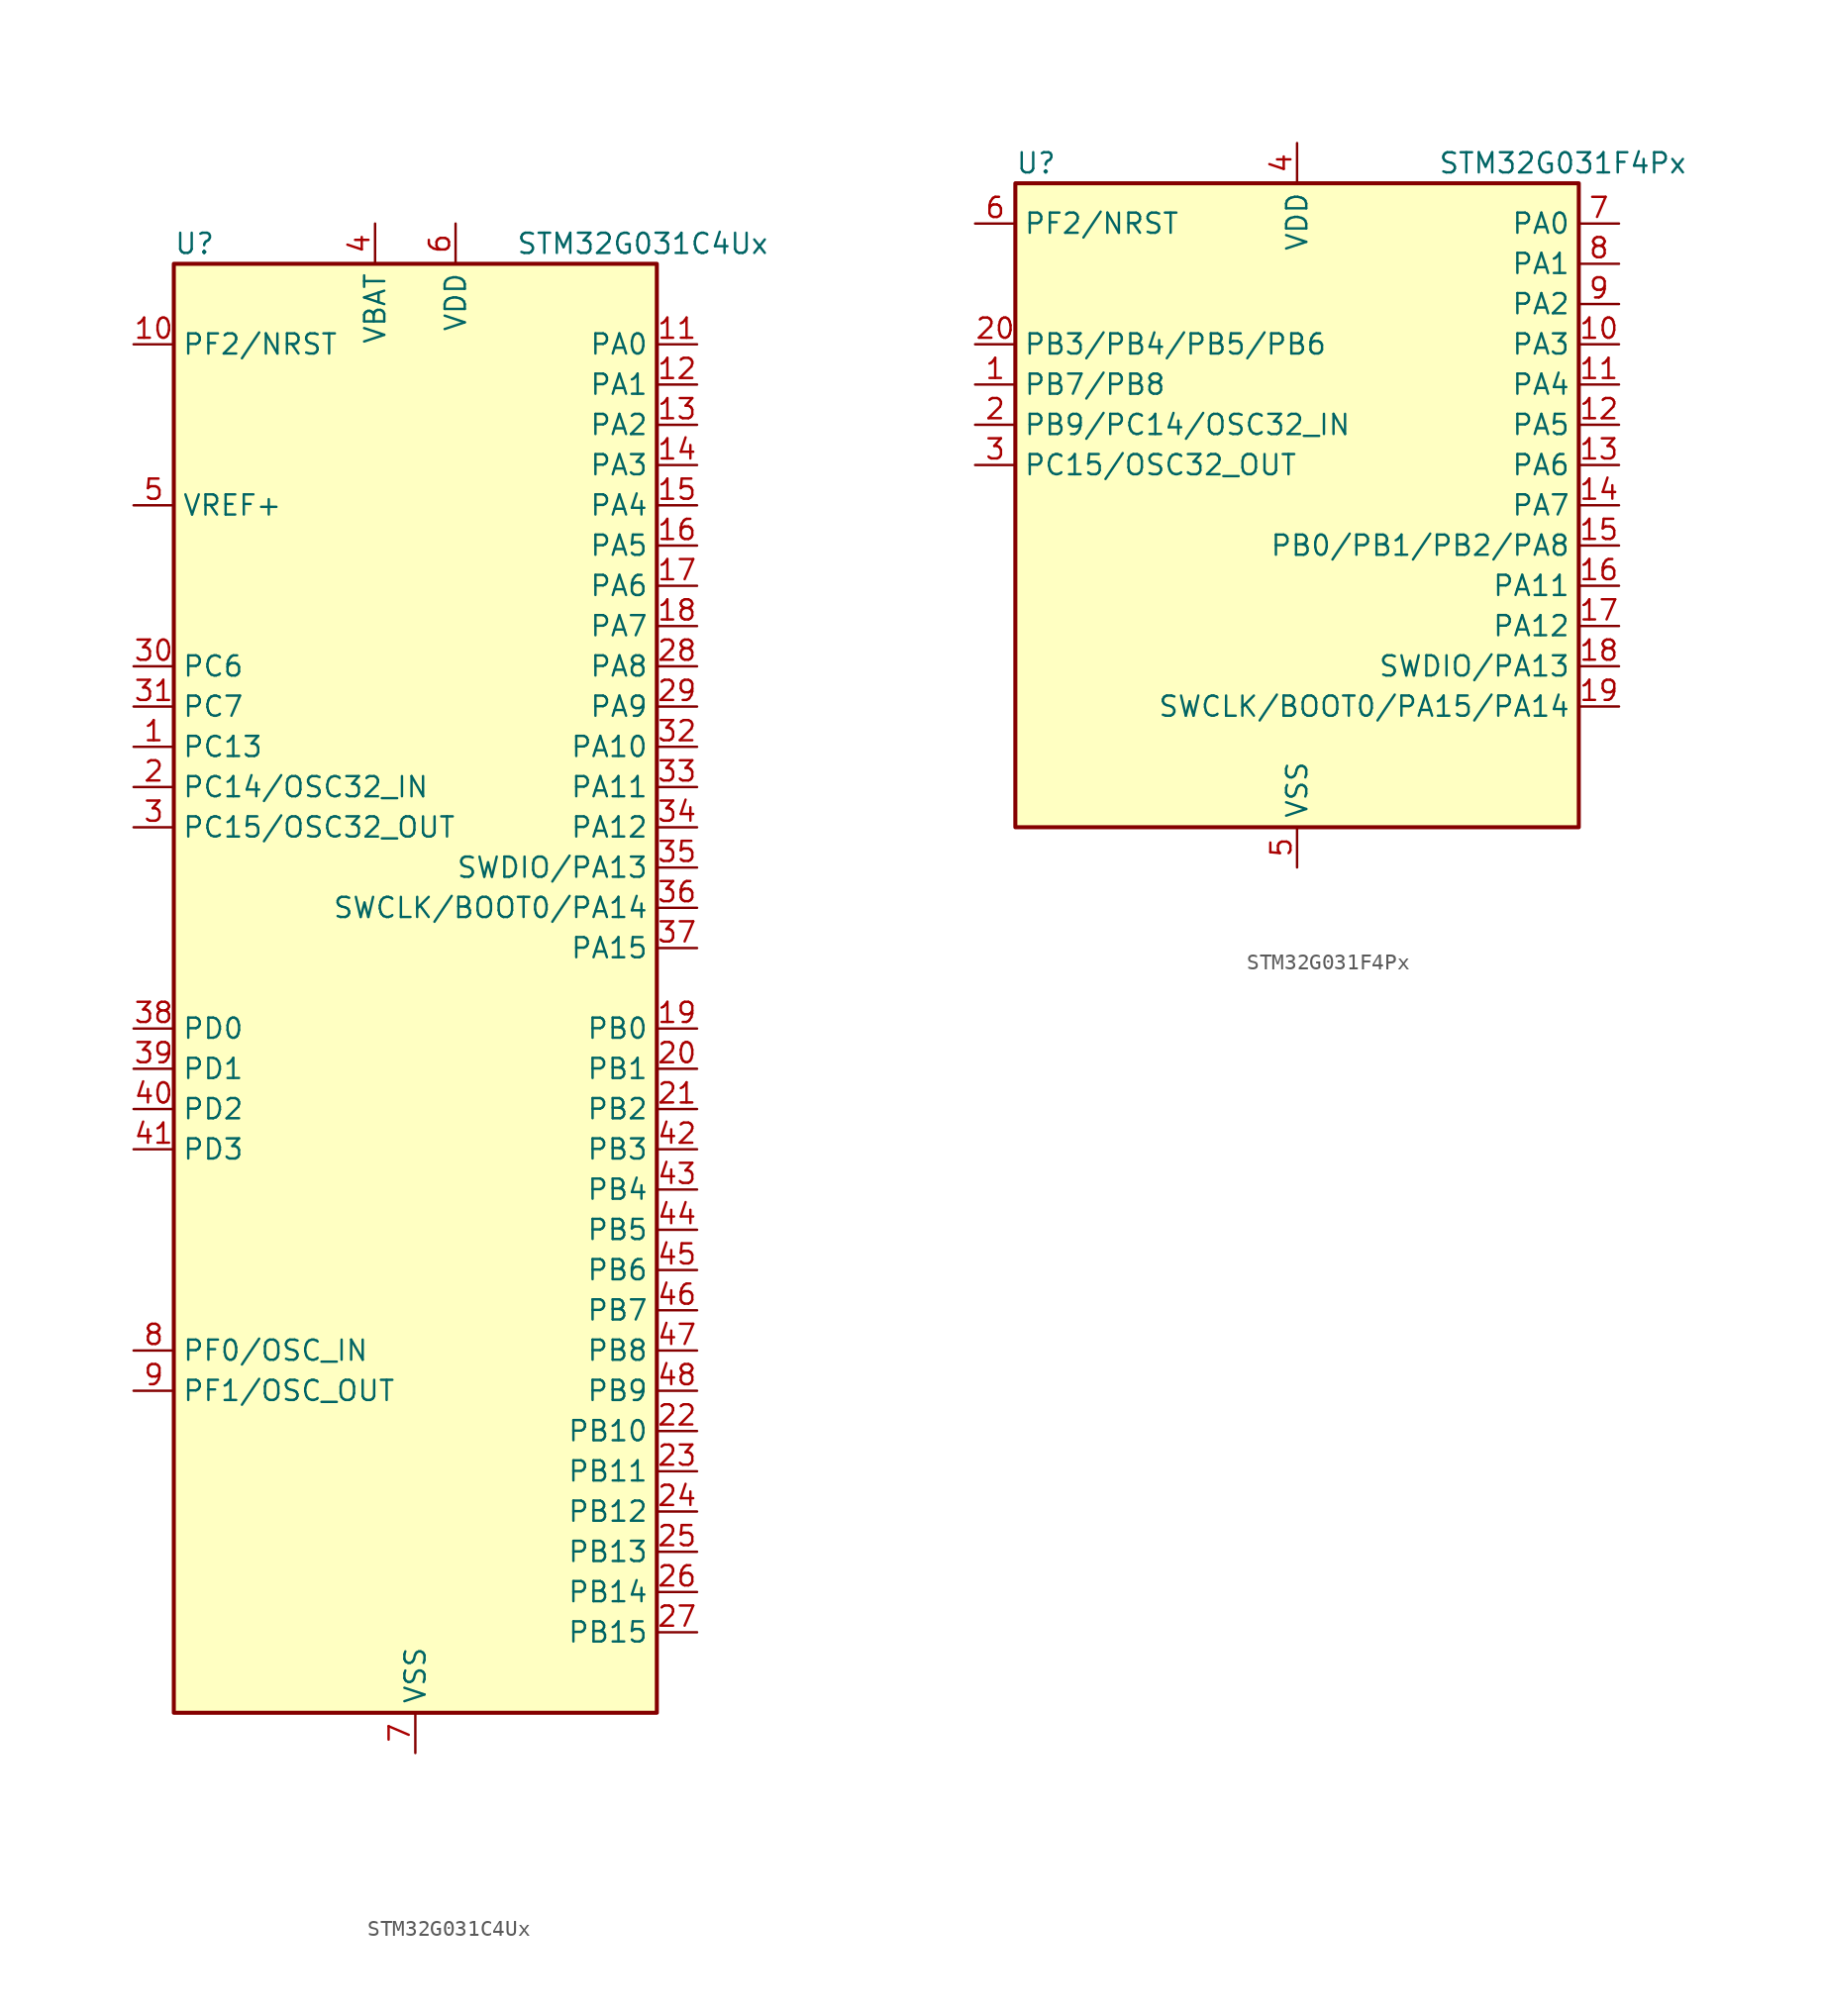
<source format=kicad_sym>
(kicad_symbol_lib
  (version 20211014)
  (generator kicad_symbol_editor)
  (symbol "STM32G031C4Ux"
    (property "Reference" "U"
      (at -15.24 46.99 0)
      (effects (font (size 1.27 1.27)) (justify left)))
    (property "Value" "STM32G031C4Ux"
      (at 6.35 46.99 0)
      (effects (font (size 1.27 1.27)) (justify left)))
    (symbol "STM32G031C4Ux_0_1"
      (rectangle (start -15.24 45.72) (end 15.24 -45.72) (stroke (width 0.254) (type default) (color 0 0 0 0)) (fill (type background))))
    (symbol "STM32G031C4Ux_1_1"
      (pin bidirectional line (at -17.78 15.24 0) (length 2.54) (name "PC13" (effects (font (size 1.27 1.27)))) (number "1" (effects (font (size 1.27 1.27)))))
      (pin bidirectional line (at -17.78 40.64 0) (length 2.54) (name "PF2/NRST" (effects (font (size 1.27 1.27)))) (number "10" (effects (font (size 1.27 1.27)))))
      (pin bidirectional line (at 17.78 40.64 180) (length 2.54) (name "PA0" (effects (font (size 1.27 1.27)))) (number "11" (effects (font (size 1.27 1.27)))))
      (pin bidirectional line (at 17.78 38.1 180) (length 2.54) (name "PA1" (effects (font (size 1.27 1.27)))) (number "12" (effects (font (size 1.27 1.27)))))
      (pin bidirectional line (at 17.78 35.56 180) (length 2.54) (name "PA2" (effects (font (size 1.27 1.27)))) (number "13" (effects (font (size 1.27 1.27)))))
      (pin bidirectional line (at 17.78 33.02 180) (length 2.54) (name "PA3" (effects (font (size 1.27 1.27)))) (number "14" (effects (font (size 1.27 1.27)))))
      (pin bidirectional line (at 17.78 30.48 180) (length 2.54) (name "PA4" (effects (font (size 1.27 1.27)))) (number "15" (effects (font (size 1.27 1.27)))))
      (pin bidirectional line (at 17.78 27.94 180) (length 2.54) (name "PA5" (effects (font (size 1.27 1.27)))) (number "16" (effects (font (size 1.27 1.27)))))
      (pin bidirectional line (at 17.78 25.4 180) (length 2.54) (name "PA6" (effects (font (size 1.27 1.27)))) (number "17" (effects (font (size 1.27 1.27)))))
      (pin bidirectional line (at 17.78 22.86 180) (length 2.54) (name "PA7" (effects (font (size 1.27 1.27)))) (number "18" (effects (font (size 1.27 1.27)))))
      (pin bidirectional line (at 17.78 -2.54 180) (length 2.54) (name "PB0" (effects (font (size 1.27 1.27)))) (number "19" (effects (font (size 1.27 1.27)))))
      (pin bidirectional line (at -17.78 12.7 0) (length 2.54) (name "PC14/OSC32_IN" (effects (font (size 1.27 1.27)))) (number "2" (effects (font (size 1.27 1.27)))))
      (pin bidirectional line (at 17.78 -5.08 180) (length 2.54) (name "PB1" (effects (font (size 1.27 1.27)))) (number "20" (effects (font (size 1.27 1.27)))))
      (pin bidirectional line (at 17.78 -7.62 180) (length 2.54) (name "PB2" (effects (font (size 1.27 1.27)))) (number "21" (effects (font (size 1.27 1.27)))))
      (pin bidirectional line (at 17.78 -27.94 180) (length 2.54) (name "PB10" (effects (font (size 1.27 1.27)))) (number "22" (effects (font (size 1.27 1.27)))))
      (pin bidirectional line (at 17.78 -30.48 180) (length 2.54) (name "PB11" (effects (font (size 1.27 1.27)))) (number "23" (effects (font (size 1.27 1.27)))))
      (pin bidirectional line (at 17.78 -33.02 180) (length 2.54) (name "PB12" (effects (font (size 1.27 1.27)))) (number "24" (effects (font (size 1.27 1.27)))))
      (pin bidirectional line (at 17.78 -35.56 180) (length 2.54) (name "PB13" (effects (font (size 1.27 1.27)))) (number "25" (effects (font (size 1.27 1.27)))))
      (pin bidirectional line (at 17.78 -38.1 180) (length 2.54) (name "PB14" (effects (font (size 1.27 1.27)))) (number "26" (effects (font (size 1.27 1.27)))))
      (pin bidirectional line (at 17.78 -40.64 180) (length 2.54) (name "PB15" (effects (font (size 1.27 1.27)))) (number "27" (effects (font (size 1.27 1.27)))))
      (pin bidirectional line (at 17.78 20.32 180) (length 2.54) (name "PA8" (effects (font (size 1.27 1.27)))) (number "28" (effects (font (size 1.27 1.27)))))
      (pin bidirectional line (at 17.78 17.78 180) (length 2.54) (name "PA9" (effects (font (size 1.27 1.27)))) (number "29" (effects (font (size 1.27 1.27)))))
      (pin bidirectional line (at -17.78 10.16 0) (length 2.54) (name "PC15/OSC32_OUT" (effects (font (size 1.27 1.27)))) (number "3" (effects (font (size 1.27 1.27)))))
      (pin bidirectional line (at -17.78 20.32 0) (length 2.54) (name "PC6" (effects (font (size 1.27 1.27)))) (number "30" (effects (font (size 1.27 1.27)))))
      (pin bidirectional line (at -17.78 17.78 0) (length 2.54) (name "PC7" (effects (font (size 1.27 1.27)))) (number "31" (effects (font (size 1.27 1.27)))))
      (pin bidirectional line (at 17.78 15.24 180) (length 2.54) (name "PA10" (effects (font (size 1.27 1.27)))) (number "32" (effects (font (size 1.27 1.27)))))
      (pin bidirectional line (at 17.78 12.7 180) (length 2.54) (name "PA11" (effects (font (size 1.27 1.27)))) (number "33" (effects (font (size 1.27 1.27)))))
      (pin bidirectional line (at 17.78 10.16 180) (length 2.54) (name "PA12" (effects (font (size 1.27 1.27)))) (number "34" (effects (font (size 1.27 1.27)))))
      (pin bidirectional line (at 17.78 7.62 180) (length 2.54) (name "SWDIO/PA13" (effects (font (size 1.27 1.27)))) (number "35" (effects (font (size 1.27 1.27)))))
      (pin bidirectional line (at 17.78 5.08 180) (length 2.54) (name "SWCLK/BOOT0/PA14" (effects (font (size 1.27 1.27)))) (number "36" (effects (font (size 1.27 1.27)))))
      (pin bidirectional line (at 17.78 2.54 180) (length 2.54) (name "PA15" (effects (font (size 1.27 1.27)))) (number "37" (effects (font (size 1.27 1.27)))))
      (pin bidirectional line (at -17.78 -2.54 0) (length 2.54) (name "PD0" (effects (font (size 1.27 1.27)))) (number "38" (effects (font (size 1.27 1.27)))))
      (pin bidirectional line (at -17.78 -5.08 0) (length 2.54) (name "PD1" (effects (font (size 1.27 1.27)))) (number "39" (effects (font (size 1.27 1.27)))))
      (pin power_in line (at -2.54 48.26 270) (length 2.54) (name "VBAT" (effects (font (size 1.27 1.27)))) (number "4" (effects (font (size 1.27 1.27)))))
      (pin bidirectional line (at -17.78 -7.62 0) (length 2.54) (name "PD2" (effects (font (size 1.27 1.27)))) (number "40" (effects (font (size 1.27 1.27)))))
      (pin bidirectional line (at -17.78 -10.16 0) (length 2.54) (name "PD3" (effects (font (size 1.27 1.27)))) (number "41" (effects (font (size 1.27 1.27)))))
      (pin bidirectional line (at 17.78 -10.16 180) (length 2.54) (name "PB3" (effects (font (size 1.27 1.27)))) (number "42" (effects (font (size 1.27 1.27)))))
      (pin bidirectional line (at 17.78 -12.7 180) (length 2.54) (name "PB4" (effects (font (size 1.27 1.27)))) (number "43" (effects (font (size 1.27 1.27)))))
      (pin bidirectional line (at 17.78 -15.24 180) (length 2.54) (name "PB5" (effects (font (size 1.27 1.27)))) (number "44" (effects (font (size 1.27 1.27)))))
      (pin bidirectional line (at 17.78 -17.78 180) (length 2.54) (name "PB6" (effects (font (size 1.27 1.27)))) (number "45" (effects (font (size 1.27 1.27)))))
      (pin bidirectional line (at 17.78 -20.32 180) (length 2.54) (name "PB7" (effects (font (size 1.27 1.27)))) (number "46" (effects (font (size 1.27 1.27)))))
      (pin bidirectional line (at 17.78 -22.86 180) (length 2.54) (name "PB8" (effects (font (size 1.27 1.27)))) (number "47" (effects (font (size 1.27 1.27)))))
      (pin bidirectional line (at 17.78 -25.4 180) (length 2.54) (name "PB9" (effects (font (size 1.27 1.27)))) (number "48" (effects (font (size 1.27 1.27)))))
      (pin power_in line (at -17.78 30.48 0) (length 2.54) (name "VREF+" (effects (font (size 1.27 1.27)))) (number "5" (effects (font (size 1.27 1.27)))))
      (pin power_in line (at 2.54 48.26 270) (length 2.54) (name "VDD" (effects (font (size 1.27 1.27)))) (number "6" (effects (font (size 1.27 1.27)))))
      (pin power_in line (at 0 -48.26 90) (length 2.54) (name "VSS" (effects (font (size 1.27 1.27)))) (number "7" (effects (font (size 1.27 1.27)))))
      (pin bidirectional line (at -17.78 -22.86 0) (length 2.54) (name "PF0/OSC_IN" (effects (font (size 1.27 1.27)))) (number "8" (effects (font (size 1.27 1.27)))))
      (pin bidirectional line (at -17.78 -25.4 0) (length 2.54) (name "PF1/OSC_OUT" (effects (font (size 1.27 1.27)))) (number "9" (effects (font (size 1.27 1.27)))))))
  (symbol "STM32G031F4Px"
    (property "Reference" "U"
      (at -17.78 21.59 0)
      (effects (font (size 1.27 1.27)) (justify left)))
    (property "Value" "STM32G031F4Px"
      (at 8.89 21.59 0)
      (effects (font (size 1.27 1.27)) (justify left)))
    (symbol "STM32G031F4Px_0_1"
      (rectangle (start -17.78 20.32) (end 17.78 -20.32) (stroke (width 0.254) (type default) (color 0 0 0 0)) (fill (type background))))
    (symbol "STM32G031F4Px_1_1"
      (pin bidirectional line (at -20.32 7.62 0) (length 2.54) (name "PB7/PB8" (effects (font (size 1.27 1.27)))) (number "1" (effects (font (size 1.27 1.27)))))
      (pin bidirectional line (at 20.32 10.16 180) (length 2.54) (name "PA3" (effects (font (size 1.27 1.27)))) (number "10" (effects (font (size 1.27 1.27)))))
      (pin bidirectional line (at 20.32 7.62 180) (length 2.54) (name "PA4" (effects (font (size 1.27 1.27)))) (number "11" (effects (font (size 1.27 1.27)))))
      (pin bidirectional line (at 20.32 5.08 180) (length 2.54) (name "PA5" (effects (font (size 1.27 1.27)))) (number "12" (effects (font (size 1.27 1.27)))))
      (pin bidirectional line (at 20.32 2.54 180) (length 2.54) (name "PA6" (effects (font (size 1.27 1.27)))) (number "13" (effects (font (size 1.27 1.27)))))
      (pin bidirectional line (at 20.32 0 180) (length 2.54) (name "PA7" (effects (font (size 1.27 1.27)))) (number "14" (effects (font (size 1.27 1.27)))))
      (pin bidirectional line (at 20.32 -2.54 180) (length 2.54) (name "PB0/PB1/PB2/PA8" (effects (font (size 1.27 1.27)))) (number "15" (effects (font (size 1.27 1.27)))))
      (pin bidirectional line (at 20.32 -5.08 180) (length 2.54) (name "PA11" (effects (font (size 1.27 1.27)))) (number "16" (effects (font (size 1.27 1.27)))))
      (pin bidirectional line (at 20.32 -7.62 180) (length 2.54) (name "PA12" (effects (font (size 1.27 1.27)))) (number "17" (effects (font (size 1.27 1.27)))))
      (pin bidirectional line (at 20.32 -10.16 180) (length 2.54) (name "SWDIO/PA13" (effects (font (size 1.27 1.27)))) (number "18" (effects (font (size 1.27 1.27)))))
      (pin bidirectional line (at 20.32 -12.7 180) (length 2.54) (name "SWCLK/BOOT0/PA15/PA14" (effects (font (size 1.27 1.27)))) (number "19" (effects (font (size 1.27 1.27)))))
      (pin bidirectional line (at -20.32 5.08 0) (length 2.54) (name "PB9/PC14/OSC32_IN" (effects (font (size 1.27 1.27)))) (number "2" (effects (font (size 1.27 1.27)))))
      (pin bidirectional line (at -20.32 10.16 0) (length 2.54) (name "PB3/PB4/PB5/PB6" (effects (font (size 1.27 1.27)))) (number "20" (effects (font (size 1.27 1.27)))))
      (pin bidirectional line (at -20.32 2.54 0) (length 2.54) (name "PC15/OSC32_OUT" (effects (font (size 1.27 1.27)))) (number "3" (effects (font (size 1.27 1.27)))))
      (pin power_in line (at 0 22.86 270) (length 2.54) (name "VDD" (effects (font (size 1.27 1.27)))) (number "4" (effects (font (size 1.27 1.27)))))
      (pin power_in line (at 0 -22.86 90) (length 2.54) (name "VSS" (effects (font (size 1.27 1.27)))) (number "5" (effects (font (size 1.27 1.27)))))
      (pin bidirectional line (at -20.32 17.78 0) (length 2.54) (name "PF2/NRST" (effects (font (size 1.27 1.27)))) (number "6" (effects (font (size 1.27 1.27)))))
      (pin bidirectional line (at 20.32 17.78 180) (length 2.54) (name "PA0" (effects (font (size 1.27 1.27)))) (number "7" (effects (font (size 1.27 1.27)))))
      (pin bidirectional line (at 20.32 15.24 180) (length 2.54) (name "PA1" (effects (font (size 1.27 1.27)))) (number "8" (effects (font (size 1.27 1.27)))))
      (pin bidirectional line (at 20.32 12.7 180) (length 2.54) (name "PA2" (effects (font (size 1.27 1.27)))) (number "9" (effects (font (size 1.27 1.27))))))))
</source>
